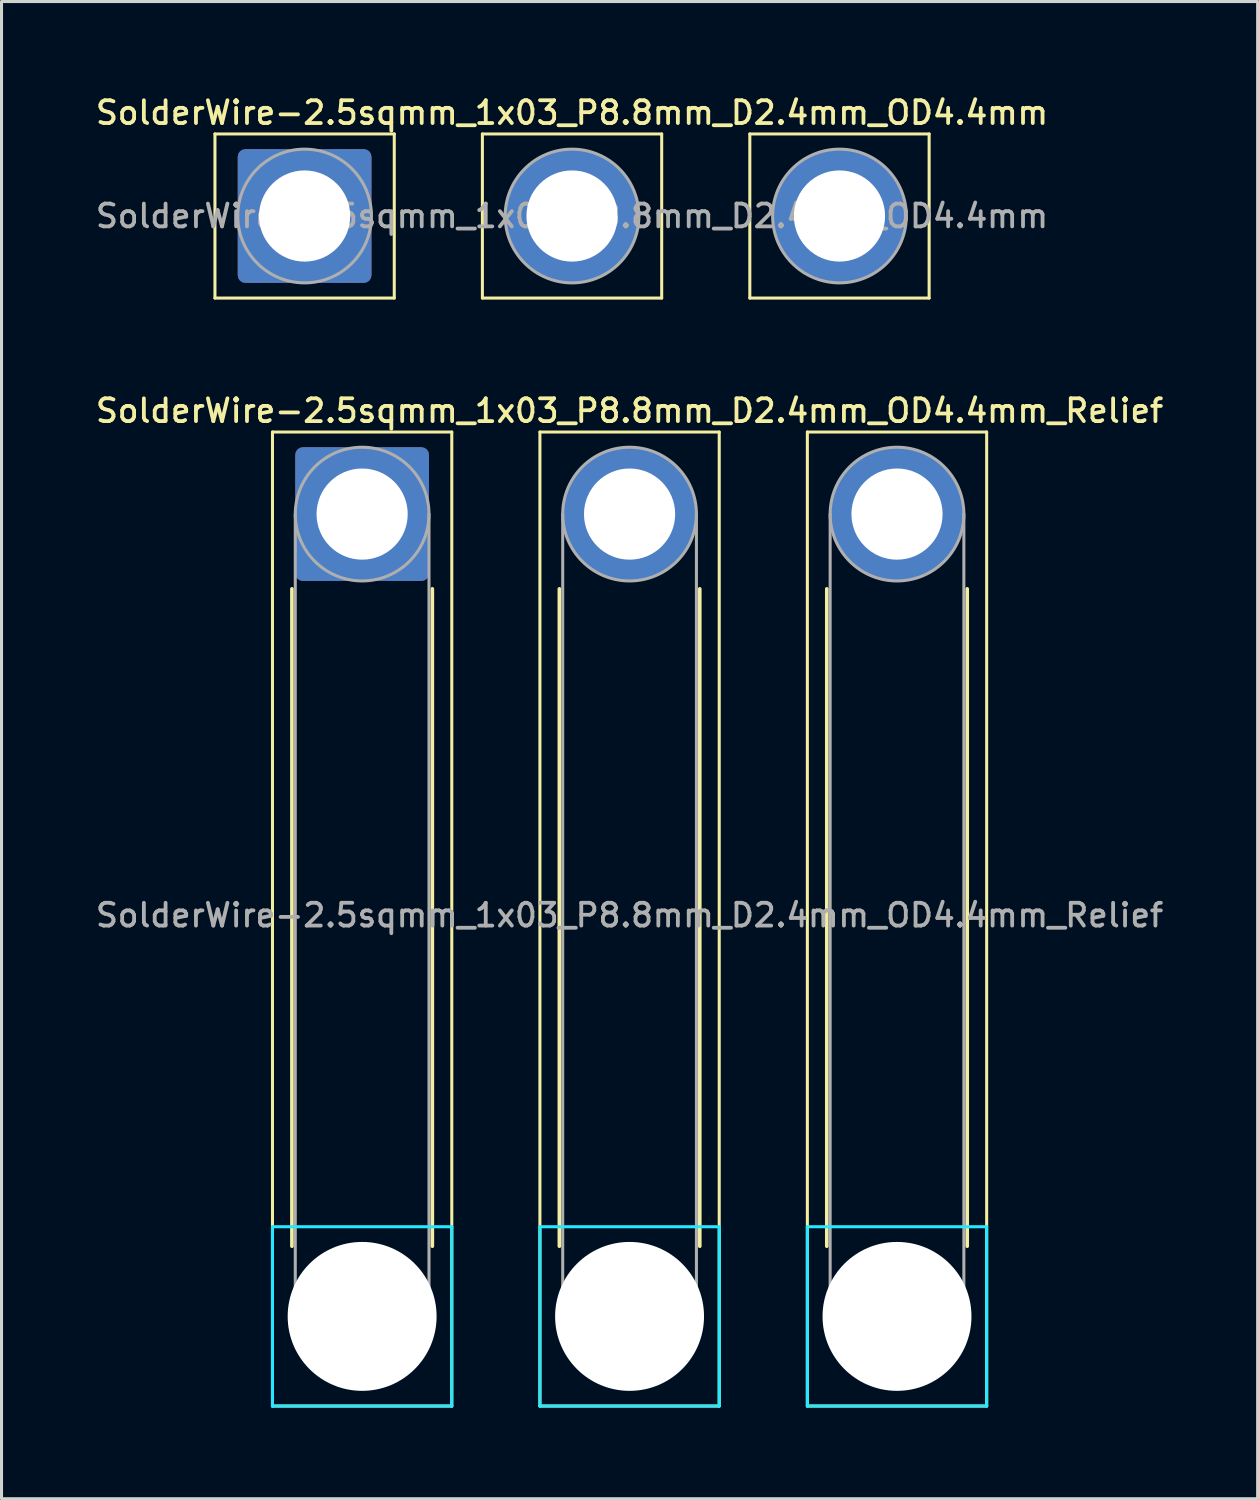
<source format=kicad_pcb>
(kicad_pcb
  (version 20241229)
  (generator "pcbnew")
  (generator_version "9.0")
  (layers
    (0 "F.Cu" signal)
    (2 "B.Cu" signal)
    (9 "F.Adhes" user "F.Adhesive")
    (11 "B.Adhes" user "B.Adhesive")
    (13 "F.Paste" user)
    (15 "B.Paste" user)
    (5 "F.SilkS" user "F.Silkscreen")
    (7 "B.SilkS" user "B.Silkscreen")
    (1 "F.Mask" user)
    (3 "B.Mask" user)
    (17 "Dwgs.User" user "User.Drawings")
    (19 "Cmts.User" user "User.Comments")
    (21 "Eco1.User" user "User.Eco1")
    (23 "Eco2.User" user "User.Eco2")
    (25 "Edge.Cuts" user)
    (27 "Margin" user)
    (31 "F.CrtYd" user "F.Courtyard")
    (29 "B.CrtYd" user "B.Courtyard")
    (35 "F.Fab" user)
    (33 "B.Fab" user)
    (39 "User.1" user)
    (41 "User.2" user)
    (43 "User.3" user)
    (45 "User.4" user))
  (footprint "SolderWire-2.5sqmm_1x03_P8.8mm_D2.4mm_OD4.4mm"
    (layer "F.Cu")
    (at 6.973 4.058)
    (property "Reference" "SolderWire-2.5sqmm_1x03_P8.8mm_D2.4mm_OD4.4mm" (at 8.8 -3.4 0) (layer "F.SilkS") (effects (font (size 0.75 0.75) (thickness 0.125))))
    (attr exclude_from_pos_files exclude_from_bom)
    (fp_line (start -2.95 -2.7) (end -2.95 2.7) (stroke (width 0.1) (type solid)) (layer "F.SilkS"))
    (fp_line (start -2.95 2.7) (end 2.95 2.7) (stroke (width 0.1) (type solid)) (layer "F.SilkS"))
    (fp_line (start 2.95 -2.7) (end -2.95 -2.7) (stroke (width 0.1) (type solid)) (layer "F.SilkS"))
    (fp_line (start 2.95 2.7) (end 2.95 -2.7) (stroke (width 0.1) (type solid)) (layer "F.SilkS"))
    (fp_line (start 5.85 -2.7) (end 5.85 2.7) (stroke (width 0.1) (type solid)) (layer "F.SilkS"))
    (fp_line (start 5.85 2.7) (end 11.75 2.7) (stroke (width 0.1) (type solid)) (layer "F.SilkS"))
    (fp_line (start 11.75 -2.7) (end 5.85 -2.7) (stroke (width 0.1) (type solid)) (layer "F.SilkS"))
    (fp_line (start 11.75 2.7) (end 11.75 -2.7) (stroke (width 0.1) (type solid)) (layer "F.SilkS"))
    (fp_line (start 14.65 -2.7) (end 14.65 2.7) (stroke (width 0.1) (type solid)) (layer "F.SilkS"))
    (fp_line (start 14.65 2.7) (end 20.55 2.7) (stroke (width 0.1) (type solid)) (layer "F.SilkS"))
    (fp_line (start 20.55 -2.7) (end 14.65 -2.7) (stroke (width 0.1) (type solid)) (layer "F.SilkS"))
    (fp_line (start 20.55 2.7) (end 20.55 -2.7) (stroke (width 0.1) (type solid)) (layer "F.SilkS"))
    (fp_circle (center 0 0) (end 2.2 0) (stroke (width 0.1) (type solid)) (fill no) (layer "F.Fab"))
    (fp_circle (center 8.8 0) (end 11 0) (stroke (width 0.1) (type solid)) (fill no) (layer "F.Fab"))
    (fp_circle (center 17.6 0) (end 19.8 0) (stroke (width 0.1) (type solid)) (fill no) (layer "F.Fab"))
    (fp_text user "${REFERENCE}" (at 8.8 0 0) (layer "F.Fab") (effects (font (size 0.75 0.75) (thickness 0.125))))
    (pad "1" thru_hole roundrect (at 0 0) (size 4.4 4.4) (drill 3) (layers "*.Cu" "*.Mask") (roundrect_rratio 0.057))
    (pad "2" thru_hole circle (at 8.8 0) (size 4.4 4.4) (drill 3) (layers "*.Cu" "*.Mask"))
    (pad "3" thru_hole circle (at 17.6 0) (size 4.4 4.4) (drill 3) (layers "*.Cu" "*.Mask")))
  (footprint "SolderWire-2.5sqmm_1x03_P8.8mm_D2.4mm_OD4.4mm_Relief"
    (layer "F.Cu")
    (at 8.866 13.866)
    (property "Reference" "SolderWire-2.5sqmm_1x03_P8.8mm_D2.4mm_OD4.4mm_Relief" (at 8.8 -3.4 0) (layer "F.SilkS") (effects (font (size 0.75 0.75) (thickness 0.125))))
    (attr exclude_from_pos_files exclude_from_bom)
    (fp_line (start -2.95 -2.7) (end -2.95 29.35) (stroke (width 0.1) (type solid)) (layer "F.SilkS"))
    (fp_line (start -2.95 29.35) (end 2.95 29.35) (stroke (width 0.1) (type solid)) (layer "F.SilkS"))
    (fp_line (start -2.31 2.46) (end -2.31 24.09) (stroke (width 0.12) (type solid)) (layer "F.SilkS"))
    (fp_line (start 2.31 2.46) (end 2.31 24.09) (stroke (width 0.12) (type solid)) (layer "F.SilkS"))
    (fp_line (start 2.95 -2.7) (end -2.95 -2.7) (stroke (width 0.1) (type solid)) (layer "F.SilkS"))
    (fp_line (start 2.95 29.35) (end 2.95 -2.7) (stroke (width 0.1) (type solid)) (layer "F.SilkS"))
    (fp_line (start 5.85 -2.7) (end 5.85 29.35) (stroke (width 0.1) (type solid)) (layer "F.SilkS"))
    (fp_line (start 5.85 29.35) (end 11.75 29.35) (stroke (width 0.1) (type solid)) (layer "F.SilkS"))
    (fp_line (start 6.49 2.46) (end 6.49 24.09) (stroke (width 0.12) (type solid)) (layer "F.SilkS"))
    (fp_line (start 11.11 2.46) (end 11.11 24.09) (stroke (width 0.12) (type solid)) (layer "F.SilkS"))
    (fp_line (start 11.75 -2.7) (end 5.85 -2.7) (stroke (width 0.1) (type solid)) (layer "F.SilkS"))
    (fp_line (start 11.75 29.35) (end 11.75 -2.7) (stroke (width 0.1) (type solid)) (layer "F.SilkS"))
    (fp_line (start 14.65 -2.7) (end 14.65 29.35) (stroke (width 0.1) (type solid)) (layer "F.SilkS"))
    (fp_line (start 14.65 29.35) (end 20.55 29.35) (stroke (width 0.1) (type solid)) (layer "F.SilkS"))
    (fp_line (start 15.29 2.46) (end 15.29 24.09) (stroke (width 0.12) (type solid)) (layer "F.SilkS"))
    (fp_line (start 19.91 2.46) (end 19.91 24.09) (stroke (width 0.12) (type solid)) (layer "F.SilkS"))
    (fp_line (start 20.55 -2.7) (end 14.65 -2.7) (stroke (width 0.1) (type solid)) (layer "F.SilkS"))
    (fp_line (start 20.55 29.35) (end 20.55 -2.7) (stroke (width 0.1) (type solid)) (layer "F.SilkS"))
    (fp_line (start -2.95 23.45) (end -2.95 29.35) (stroke (width 0.1) (type solid)) (layer "B.CrtYd"))
    (fp_line (start -2.95 29.35) (end 2.95 29.35) (stroke (width 0.1) (type solid)) (layer "B.CrtYd"))
    (fp_line (start 2.95 23.45) (end -2.95 23.45) (stroke (width 0.1) (type solid)) (layer "B.CrtYd"))
    (fp_line (start 2.95 29.35) (end 2.95 23.45) (stroke (width 0.1) (type solid)) (layer "B.CrtYd"))
    (fp_line (start 5.85 23.45) (end 5.85 29.35) (stroke (width 0.1) (type solid)) (layer "B.CrtYd"))
    (fp_line (start 5.85 29.35) (end 11.75 29.35) (stroke (width 0.1) (type solid)) (layer "B.CrtYd"))
    (fp_line (start 11.75 23.45) (end 5.85 23.45) (stroke (width 0.1) (type solid)) (layer "B.CrtYd"))
    (fp_line (start 11.75 29.35) (end 11.75 23.45) (stroke (width 0.1) (type solid)) (layer "B.CrtYd"))
    (fp_line (start 14.65 23.45) (end 14.65 29.35) (stroke (width 0.1) (type solid)) (layer "B.CrtYd"))
    (fp_line (start 14.65 29.35) (end 20.55 29.35) (stroke (width 0.1) (type solid)) (layer "B.CrtYd"))
    (fp_line (start 20.55 23.45) (end 14.65 23.45) (stroke (width 0.1) (type solid)) (layer "B.CrtYd"))
    (fp_line (start 20.55 29.35) (end 20.55 23.45) (stroke (width 0.1) (type solid)) (layer "B.CrtYd"))
    (fp_line (start -2.2 0) (end -2.2 26.4) (stroke (width 0.1) (type solid)) (layer "F.Fab"))
    (fp_line (start 2.2 0) (end 2.2 26.4) (stroke (width 0.1) (type solid)) (layer "F.Fab"))
    (fp_line (start 6.6 0) (end 6.6 26.4) (stroke (width 0.1) (type solid)) (layer "F.Fab"))
    (fp_line (start 11 0) (end 11 26.4) (stroke (width 0.1) (type solid)) (layer "F.Fab"))
    (fp_line (start 15.4 0) (end 15.4 26.4) (stroke (width 0.1) (type solid)) (layer "F.Fab"))
    (fp_line (start 19.8 0) (end 19.8 26.4) (stroke (width 0.1) (type solid)) (layer "F.Fab"))
    (fp_circle (center 0 0) (end 2.2 0) (stroke (width 0.1) (type solid)) (fill no) (layer "F.Fab"))
    (fp_circle (center 0 26.4) (end 2.2 26.4) (stroke (width 0.1) (type solid)) (fill no) (layer "F.Fab"))
    (fp_circle (center 8.8 0) (end 11 0) (stroke (width 0.1) (type solid)) (fill no) (layer "F.Fab"))
    (fp_circle (center 8.8 26.4) (end 11 26.4) (stroke (width 0.1) (type solid)) (fill no) (layer "F.Fab"))
    (fp_circle (center 17.6 0) (end 19.8 0) (stroke (width 0.1) (type solid)) (fill no) (layer "F.Fab"))
    (fp_circle (center 17.6 26.4) (end 19.8 26.4) (stroke (width 0.1) (type solid)) (fill no) (layer "F.Fab"))
    (fp_text user "${REFERENCE}" (at 8.8 13.2 0) (layer "F.Fab") (effects (font (size 0.75 0.75) (thickness 0.125))))
    (pad "" np_thru_hole circle (at 0 26.4) (size 4.9 4.9) (drill 4.9) (layers "*.Cu" "*.Mask"))
    (pad "" np_thru_hole circle (at 8.8 26.4) (size 4.9 4.9) (drill 4.9) (layers "*.Cu" "*.Mask"))
    (pad "" np_thru_hole circle (at 17.6 26.4) (size 4.9 4.9) (drill 4.9) (layers "*.Cu" "*.Mask"))
    (pad "1" thru_hole roundrect (at 0 0) (size 4.4 4.4) (drill 3) (layers "*.Cu" "*.Mask") (roundrect_rratio 0.057))
    (pad "2" thru_hole circle (at 8.8 0) (size 4.4 4.4) (drill 3) (layers "*.Cu" "*.Mask"))
    (pad "3" thru_hole circle (at 17.6 0) (size 4.4 4.4) (drill 3) (layers "*.Cu" "*.Mask")))
  (gr_rect
    (start -3 -3)
    (end 38.332 46.266)
    (stroke (width 0.1) (type default))
    (fill no)
    (layer "Edge.Cuts")))
</source>
